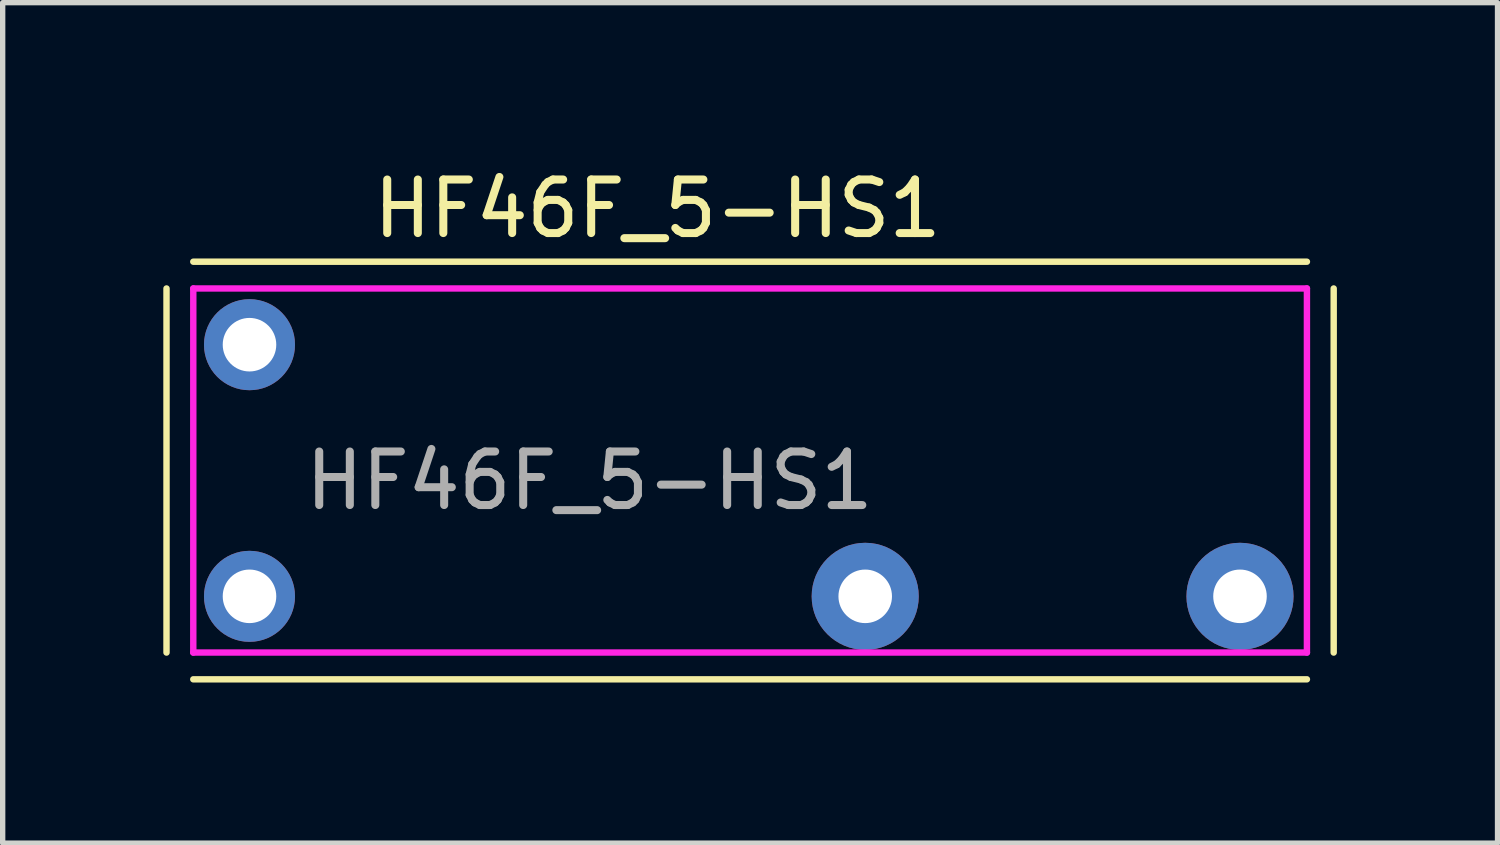
<source format=kicad_pcb>
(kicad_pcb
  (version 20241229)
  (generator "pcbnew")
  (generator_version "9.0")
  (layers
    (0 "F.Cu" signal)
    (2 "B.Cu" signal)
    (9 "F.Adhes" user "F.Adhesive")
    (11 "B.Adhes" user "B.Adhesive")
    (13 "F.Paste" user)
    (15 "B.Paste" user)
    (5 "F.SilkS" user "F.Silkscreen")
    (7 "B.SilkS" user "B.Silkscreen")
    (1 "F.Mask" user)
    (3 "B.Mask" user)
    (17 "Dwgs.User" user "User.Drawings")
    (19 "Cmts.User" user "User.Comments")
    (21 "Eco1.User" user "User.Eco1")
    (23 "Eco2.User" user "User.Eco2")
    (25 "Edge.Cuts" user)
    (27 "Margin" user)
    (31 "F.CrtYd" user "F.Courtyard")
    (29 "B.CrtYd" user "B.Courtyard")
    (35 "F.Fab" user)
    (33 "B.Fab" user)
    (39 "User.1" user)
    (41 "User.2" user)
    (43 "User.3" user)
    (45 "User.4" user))
  (footprint "HF46F_5-HS1"
    (layer "F.Cu")
    (at 1.61 3.388)
    (property "Reference" "HF46F_5-HS1" (at 7.62 -2.54 0) (unlocked yes) (layer "F.SilkS") (effects (font (size 1 1) (thickness 0.15))))
    (attr through_hole)
    (fp_line (start -1.55 -1.05) (end -1.55 5.75) (stroke (width 0.12) (type solid)) (layer "F.SilkS"))
    (fp_line (start -1.05 -1.55) (end 19.75 -1.55) (stroke (width 0.12) (type solid)) (layer "F.SilkS"))
    (fp_line (start -1.05 6.25) (end 19.75 6.25) (stroke (width 0.12) (type solid)) (layer "F.SilkS"))
    (fp_line (start 20.25 -1.05) (end 20.25 5.75) (stroke (width 0.12) (type solid)) (layer "F.SilkS"))
    (fp_line (start -1.05 -1.05) (end -1.05 5.75) (stroke (width 0.12) (type solid)) (layer "F.CrtYd"))
    (fp_line (start -1.05 -1.05) (end 19.75 -1.05) (stroke (width 0.12) (type solid)) (layer "F.CrtYd"))
    (fp_line (start -1.05 5.75) (end 19.75 5.75) (stroke (width 0.12) (type solid)) (layer "F.CrtYd"))
    (fp_line (start 19.75 -1.05) (end 19.75 5.75) (stroke (width 0.12) (type solid)) (layer "F.CrtYd"))
    (fp_text user "${REFERENCE}" (at 6.35 2.54 0) (unlocked yes) (layer "F.Fab") (effects (font (size 1 1) (thickness 0.15))))
    (pad "1" thru_hole circle (at 0 0) (size 1.7 1.7) (drill 1) (layers "*.Cu" "*.Mask"))
    (pad "2" thru_hole circle (at 0 4.7) (size 1.7 1.7) (drill 1) (layers "*.Cu" "*.Mask"))
    (pad "3" thru_hole circle (at 11.5 4.7) (size 2 2) (drill 1) (layers "*.Cu" "*.Mask"))
    (pad "4" thru_hole circle (at 18.5 4.7) (size 2 2) (drill 1) (layers "*.Cu" "*.Mask")))
  (gr_rect
    (start -3 -3)
    (end 24.92 12.698)
    (stroke (width 0.1) (type default))
    (fill no)
    (layer "Edge.Cuts")))
</source>
